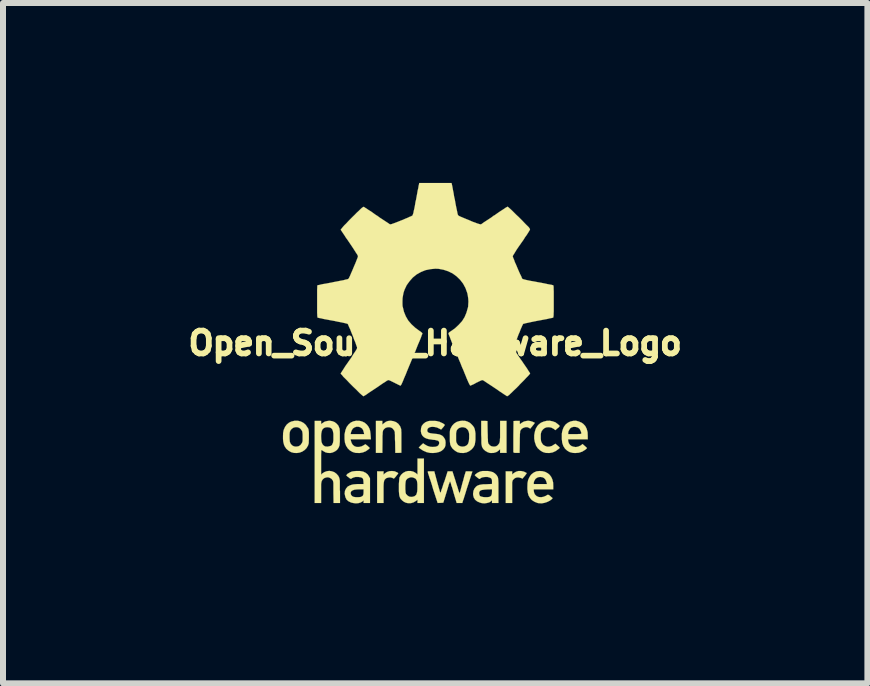
<source format=kicad_pcb>
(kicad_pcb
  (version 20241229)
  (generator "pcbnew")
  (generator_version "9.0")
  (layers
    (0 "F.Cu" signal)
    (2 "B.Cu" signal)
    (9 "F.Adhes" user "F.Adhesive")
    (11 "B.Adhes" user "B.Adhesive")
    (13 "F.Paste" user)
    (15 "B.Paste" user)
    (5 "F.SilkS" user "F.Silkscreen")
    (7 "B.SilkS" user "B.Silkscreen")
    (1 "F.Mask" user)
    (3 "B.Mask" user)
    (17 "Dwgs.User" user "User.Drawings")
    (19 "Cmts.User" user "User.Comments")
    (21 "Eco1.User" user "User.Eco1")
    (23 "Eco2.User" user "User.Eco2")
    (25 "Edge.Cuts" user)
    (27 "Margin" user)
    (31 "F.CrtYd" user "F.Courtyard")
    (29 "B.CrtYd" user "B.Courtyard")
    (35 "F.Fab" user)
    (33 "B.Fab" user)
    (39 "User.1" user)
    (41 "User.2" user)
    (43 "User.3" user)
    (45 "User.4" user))
  (footprint "Open_Source_Hardware_Logo"
    (layer "F.Cu")
    (at 4.205 2.671)
    (property "Reference" "Open_Source_Hardware_Logo" (at 0 0 0) (layer "F.SilkS") (effects (font (size 0.381 0.381) (thickness 0.127))))
    (attr through_hole)
    (fp_poly (pts (xy 1.524 2.167) (xy 1.521 2.177) (xy 1.511 2.189) (xy 1.496 2.21) (xy 1.478 2.23) (xy 1.466 2.245) (xy 1.458 2.256) (xy 1.45 2.256) (xy 1.438 2.25) (xy 1.433 2.248) (xy 1.397 2.238) (xy 1.361 2.238) (xy 1.328 2.25) (xy 1.303 2.273) (xy 1.295 2.283) (xy 1.29 2.291) (xy 1.288 2.301) (xy 1.285 2.311) (xy 1.283 2.327) (xy 1.283 2.349) (xy 1.283 2.38) (xy 1.283 2.418) (xy 1.283 2.469) (xy 1.283 2.484) (xy 1.283 2.664) (xy 1.229 2.664) (xy 1.176 2.664) (xy 1.176 2.4) (xy 1.176 2.136) (xy 1.229 2.136) (xy 1.283 2.136) (xy 1.283 2.164) (xy 1.283 2.189) (xy 1.308 2.167) (xy 1.346 2.144) (xy 1.387 2.131) (xy 1.433 2.131) (xy 1.478 2.141) (xy 1.521 2.162) (xy 1.524 2.167)) (stroke (width 0.003) (type solid)) (fill yes) (layer "F.SilkS"))
    (fp_poly (pts (xy -0.617 2.167) (xy -0.62 2.177) (xy -0.63 2.189) (xy -0.648 2.212) (xy -0.665 2.233) (xy -0.678 2.248) (xy -0.688 2.256) (xy -0.691 2.256) (xy -0.701 2.253) (xy -0.714 2.245) (xy -0.742 2.238) (xy -0.772 2.238) (xy -0.8 2.245) (xy -0.815 2.25) (xy -0.828 2.261) (xy -0.838 2.271) (xy -0.846 2.281) (xy -0.851 2.296) (xy -0.856 2.316) (xy -0.859 2.344) (xy -0.861 2.38) (xy -0.861 2.426) (xy -0.861 2.482) (xy -0.861 2.489) (xy -0.861 2.664) (xy -0.914 2.664) (xy -0.968 2.664) (xy -0.968 2.4) (xy -0.968 2.136) (xy -0.914 2.136) (xy -0.861 2.136) (xy -0.861 2.164) (xy -0.861 2.192) (xy -0.843 2.174) (xy -0.808 2.149) (xy -0.765 2.134) (xy -0.721 2.131) (xy -0.676 2.136) (xy -0.635 2.154) (xy -0.622 2.162) (xy -0.617 2.167)) (stroke (width 0.003) (type solid)) (fill yes) (layer "F.SilkS"))
    (fp_poly (pts (xy 1.661 1.328) (xy 1.643 1.354) (xy 1.626 1.374) (xy 1.608 1.397) (xy 1.603 1.402) (xy 1.585 1.425) (xy 1.565 1.412) (xy 1.537 1.4) (xy 1.504 1.4) (xy 1.473 1.41) (xy 1.445 1.425) (xy 1.425 1.448) (xy 1.422 1.455) (xy 1.417 1.466) (xy 1.415 1.478) (xy 1.415 1.494) (xy 1.412 1.516) (xy 1.412 1.547) (xy 1.41 1.587) (xy 1.41 1.638) (xy 1.41 1.651) (xy 1.407 1.829) (xy 1.359 1.829) (xy 1.328 1.829) (xy 1.311 1.824) (xy 1.306 1.821) (xy 1.303 1.814) (xy 1.303 1.793) (xy 1.303 1.763) (xy 1.303 1.722) (xy 1.303 1.676) (xy 1.303 1.623) (xy 1.303 1.567) (xy 1.303 1.554) (xy 1.306 1.298) (xy 1.356 1.295) (xy 1.41 1.295) (xy 1.41 1.321) (xy 1.41 1.341) (xy 1.415 1.349) (xy 1.425 1.341) (xy 1.43 1.336) (xy 1.453 1.321) (xy 1.481 1.306) (xy 1.516 1.298) (xy 1.549 1.293) (xy 1.585 1.298) (xy 1.618 1.308) (xy 1.626 1.311) (xy 1.661 1.328)) (stroke (width 0.003) (type solid)) (fill yes) (layer "F.SilkS"))
    (fp_poly (pts (xy 1.189 1.829) (xy 1.135 1.829) (xy 1.082 1.829) (xy 1.082 1.798) (xy 1.082 1.768) (xy 1.057 1.791) (xy 1.019 1.816) (xy 0.975 1.829) (xy 0.93 1.831) (xy 0.909 1.829) (xy 0.871 1.816) (xy 0.836 1.796) (xy 0.808 1.77) (xy 0.803 1.765) (xy 0.795 1.753) (xy 0.787 1.74) (xy 0.78 1.725) (xy 0.777 1.709) (xy 0.772 1.687) (xy 0.77 1.659) (xy 0.77 1.623) (xy 0.77 1.58) (xy 0.767 1.524) (xy 0.767 1.494) (xy 0.767 1.295) (xy 0.82 1.295) (xy 0.871 1.298) (xy 0.874 1.478) (xy 0.876 1.534) (xy 0.876 1.575) (xy 0.879 1.608) (xy 0.879 1.633) (xy 0.881 1.651) (xy 0.884 1.664) (xy 0.886 1.674) (xy 0.892 1.679) (xy 0.912 1.704) (xy 0.942 1.72) (xy 0.98 1.725) (xy 1.013 1.72) (xy 1.036 1.707) (xy 1.057 1.684) (xy 1.067 1.669) (xy 1.072 1.659) (xy 1.074 1.648) (xy 1.077 1.638) (xy 1.079 1.623) (xy 1.079 1.603) (xy 1.082 1.575) (xy 1.082 1.539) (xy 1.082 1.491) (xy 1.082 1.468) (xy 1.082 1.295) (xy 1.135 1.295) (xy 1.189 1.295) (xy 1.189 1.562) (xy 1.189 1.829)) (stroke (width 0.003) (type solid)) (fill yes) (layer "F.SilkS"))
    (fp_poly (pts (xy -0.564 1.826) (xy -0.615 1.829) (xy -0.665 1.829) (xy -0.668 1.654) (xy -0.671 1.6) (xy -0.671 1.56) (xy -0.671 1.527) (xy -0.673 1.504) (xy -0.673 1.486) (xy -0.676 1.473) (xy -0.681 1.463) (xy -0.683 1.453) (xy -0.686 1.453) (xy -0.706 1.425) (xy -0.734 1.407) (xy -0.765 1.4) (xy -0.798 1.402) (xy -0.828 1.412) (xy -0.853 1.433) (xy -0.864 1.448) (xy -0.869 1.455) (xy -0.871 1.466) (xy -0.874 1.478) (xy -0.876 1.494) (xy -0.876 1.516) (xy -0.879 1.547) (xy -0.879 1.585) (xy -0.879 1.636) (xy -0.879 1.651) (xy -0.881 1.829) (xy -0.935 1.829) (xy -0.988 1.829) (xy -0.988 1.562) (xy -0.988 1.295) (xy -0.935 1.295) (xy -0.881 1.295) (xy -0.881 1.326) (xy -0.881 1.356) (xy -0.856 1.336) (xy -0.823 1.311) (xy -0.79 1.298) (xy -0.749 1.293) (xy -0.744 1.293) (xy -0.696 1.3) (xy -0.653 1.316) (xy -0.615 1.344) (xy -0.587 1.382) (xy -0.579 1.397) (xy -0.577 1.407) (xy -0.572 1.417) (xy -0.569 1.427) (xy -0.566 1.443) (xy -0.566 1.463) (xy -0.564 1.488) (xy -0.564 1.521) (xy -0.564 1.565) (xy -0.564 1.618) (xy -0.564 1.628) (xy -0.564 1.826)) (stroke (width 0.003) (type solid)) (fill yes) (layer "F.SilkS"))
    (fp_poly (pts (xy -1.072 1.603) (xy -1.184 1.603) (xy -1.184 1.516) (xy -1.189 1.491) (xy -1.201 1.45) (xy -1.219 1.422) (xy -1.25 1.402) (xy -1.273 1.394) (xy -1.308 1.392) (xy -1.341 1.402) (xy -1.372 1.422) (xy -1.392 1.453) (xy -1.405 1.491) (xy -1.41 1.516) (xy -1.298 1.516) (xy -1.184 1.516) (xy -1.184 1.603) (xy -1.242 1.603) (xy -1.41 1.603) (xy -1.405 1.628) (xy -1.392 1.666) (xy -1.372 1.697) (xy -1.341 1.72) (xy -1.308 1.73) (xy -1.27 1.73) (xy -1.227 1.72) (xy -1.196 1.704) (xy -1.163 1.684) (xy -1.125 1.714) (xy -1.09 1.748) (xy -1.11 1.768) (xy -1.156 1.801) (xy -1.206 1.821) (xy -1.26 1.831) (xy -1.318 1.829) (xy -1.326 1.829) (xy -1.377 1.814) (xy -1.422 1.788) (xy -1.458 1.753) (xy -1.486 1.709) (xy -1.504 1.659) (xy -1.511 1.598) (xy -1.511 1.532) (xy -1.509 1.509) (xy -1.496 1.448) (xy -1.476 1.397) (xy -1.445 1.356) (xy -1.407 1.323) (xy -1.364 1.303) (xy -1.316 1.293) (xy -1.26 1.295) (xy -1.257 1.295) (xy -1.212 1.308) (xy -1.173 1.328) (xy -1.138 1.359) (xy -1.115 1.389) (xy -1.097 1.422) (xy -1.085 1.46) (xy -1.079 1.509) (xy -1.077 1.532) (xy -1.072 1.603)) (stroke (width 0.003) (type solid)) (fill yes) (layer "F.SilkS"))
    (fp_poly (pts (xy 2.075 1.742) (xy 2.073 1.75) (xy 2.06 1.76) (xy 2.057 1.763) (xy 2.009 1.798) (xy 1.958 1.821) (xy 1.902 1.831) (xy 1.847 1.829) (xy 1.844 1.829) (xy 1.793 1.814) (xy 1.748 1.786) (xy 1.709 1.75) (xy 1.679 1.704) (xy 1.679 1.699) (xy 1.661 1.648) (xy 1.651 1.593) (xy 1.651 1.534) (xy 1.661 1.478) (xy 1.676 1.427) (xy 1.702 1.382) (xy 1.722 1.359) (xy 1.76 1.328) (xy 1.806 1.308) (xy 1.857 1.295) (xy 1.908 1.293) (xy 1.958 1.303) (xy 2.007 1.321) (xy 2.019 1.331) (xy 2.037 1.344) (xy 2.055 1.359) (xy 2.07 1.372) (xy 2.075 1.382) (xy 2.07 1.389) (xy 2.06 1.402) (xy 2.042 1.417) (xy 2.04 1.417) (xy 2.004 1.45) (xy 1.974 1.427) (xy 1.935 1.407) (xy 1.897 1.4) (xy 1.859 1.402) (xy 1.824 1.415) (xy 1.796 1.438) (xy 1.775 1.466) (xy 1.768 1.483) (xy 1.763 1.501) (xy 1.76 1.521) (xy 1.76 1.549) (xy 1.76 1.562) (xy 1.76 1.595) (xy 1.763 1.618) (xy 1.765 1.636) (xy 1.773 1.651) (xy 1.775 1.659) (xy 1.798 1.692) (xy 1.829 1.712) (xy 1.864 1.725) (xy 1.902 1.725) (xy 1.943 1.714) (xy 1.971 1.697) (xy 2.004 1.676) (xy 2.04 1.707) (xy 2.057 1.722) (xy 2.07 1.735) (xy 2.075 1.742)) (stroke (width 0.003) (type solid)) (fill yes) (layer "F.SilkS"))
    (fp_poly (pts (xy 1.968 2.436) (xy 1.864 2.436) (xy 1.864 2.349) (xy 1.859 2.329) (xy 1.849 2.296) (xy 1.834 2.268) (xy 1.814 2.248) (xy 1.788 2.235) (xy 1.755 2.23) (xy 1.722 2.233) (xy 1.697 2.243) (xy 1.671 2.263) (xy 1.654 2.291) (xy 1.643 2.319) (xy 1.643 2.332) (xy 1.643 2.349) (xy 1.753 2.349) (xy 1.864 2.349) (xy 1.864 2.436) (xy 1.806 2.436) (xy 1.643 2.436) (xy 1.643 2.461) (xy 1.648 2.489) (xy 1.661 2.52) (xy 1.684 2.543) (xy 1.692 2.55) (xy 1.727 2.565) (xy 1.768 2.568) (xy 1.808 2.56) (xy 1.849 2.543) (xy 1.852 2.54) (xy 1.867 2.53) (xy 1.88 2.527) (xy 1.892 2.53) (xy 1.908 2.54) (xy 1.928 2.558) (xy 1.933 2.563) (xy 1.958 2.583) (xy 1.943 2.601) (xy 1.91 2.626) (xy 1.867 2.647) (xy 1.821 2.662) (xy 1.773 2.67) (xy 1.725 2.667) (xy 1.707 2.664) (xy 1.656 2.644) (xy 1.613 2.616) (xy 1.61 2.614) (xy 1.58 2.578) (xy 1.557 2.54) (xy 1.544 2.492) (xy 1.537 2.433) (xy 1.537 2.4) (xy 1.539 2.337) (xy 1.549 2.281) (xy 1.57 2.235) (xy 1.595 2.197) (xy 1.61 2.182) (xy 1.648 2.154) (xy 1.692 2.136) (xy 1.74 2.131) (xy 1.788 2.134) (xy 1.834 2.146) (xy 1.877 2.169) (xy 1.905 2.192) (xy 1.933 2.228) (xy 1.953 2.271) (xy 1.966 2.324) (xy 1.968 2.383) (xy 1.968 2.388) (xy 1.968 2.436)) (stroke (width 0.003) (type solid)) (fill yes) (layer "F.SilkS"))
    (fp_poly (pts (xy 2.543 1.603) (xy 2.436 1.603) (xy 2.436 1.501) (xy 2.433 1.483) (xy 2.423 1.458) (xy 2.413 1.438) (xy 2.405 1.427) (xy 2.38 1.407) (xy 2.347 1.397) (xy 2.311 1.394) (xy 2.278 1.402) (xy 2.268 1.407) (xy 2.248 1.422) (xy 2.233 1.448) (xy 2.22 1.473) (xy 2.217 1.496) (xy 2.217 1.516) (xy 2.327 1.516) (xy 2.367 1.516) (xy 2.395 1.514) (xy 2.416 1.514) (xy 2.428 1.511) (xy 2.433 1.509) (xy 2.436 1.506) (xy 2.436 1.501) (xy 2.436 1.603) (xy 2.38 1.603) (xy 2.215 1.603) (xy 2.217 1.633) (xy 2.228 1.669) (xy 2.248 1.697) (xy 2.276 1.717) (xy 2.309 1.727) (xy 2.344 1.732) (xy 2.383 1.725) (xy 2.418 1.709) (xy 2.431 1.702) (xy 2.456 1.681) (xy 2.494 1.714) (xy 2.512 1.73) (xy 2.525 1.742) (xy 2.53 1.75) (xy 2.525 1.755) (xy 2.512 1.768) (xy 2.499 1.778) (xy 2.451 1.808) (xy 2.395 1.826) (xy 2.337 1.831) (xy 2.296 1.829) (xy 2.243 1.816) (xy 2.2 1.791) (xy 2.164 1.758) (xy 2.136 1.714) (xy 2.118 1.661) (xy 2.111 1.598) (xy 2.111 1.565) (xy 2.111 1.511) (xy 2.118 1.468) (xy 2.131 1.427) (xy 2.146 1.394) (xy 2.174 1.356) (xy 2.212 1.326) (xy 2.253 1.306) (xy 2.301 1.295) (xy 2.347 1.293) (xy 2.395 1.306) (xy 2.441 1.326) (xy 2.469 1.346) (xy 2.502 1.382) (xy 2.525 1.427) (xy 2.54 1.483) (xy 2.543 1.547) (xy 2.543 1.603)) (stroke (width 0.003) (type solid)) (fill yes) (layer "F.SilkS"))
    (fp_poly (pts (xy -2.106 1.562) (xy -2.106 1.605) (xy -2.108 1.636) (xy -2.108 1.661) (xy -2.111 1.679) (xy -2.116 1.692) (xy -2.118 1.702) (xy -2.144 1.748) (xy -2.179 1.783) (xy -2.21 1.803) (xy -2.21 1.562) (xy -2.21 1.524) (xy -2.212 1.499) (xy -2.215 1.478) (xy -2.22 1.46) (xy -2.223 1.458) (xy -2.243 1.43) (xy -2.268 1.41) (xy -2.299 1.4) (xy -2.329 1.4) (xy -2.36 1.407) (xy -2.388 1.425) (xy -2.41 1.448) (xy -2.423 1.478) (xy -2.428 1.506) (xy -2.428 1.544) (xy -2.428 1.582) (xy -2.426 1.618) (xy -2.423 1.646) (xy -2.408 1.679) (xy -2.385 1.704) (xy -2.355 1.72) (xy -2.322 1.725) (xy -2.283 1.72) (xy -2.261 1.709) (xy -2.245 1.697) (xy -2.23 1.676) (xy -2.225 1.669) (xy -2.217 1.654) (xy -2.212 1.638) (xy -2.21 1.621) (xy -2.21 1.593) (xy -2.21 1.562) (xy -2.21 1.803) (xy -2.217 1.808) (xy -2.261 1.824) (xy -2.306 1.831) (xy -2.355 1.829) (xy -2.403 1.816) (xy -2.446 1.791) (xy -2.484 1.758) (xy -2.512 1.714) (xy -2.522 1.687) (xy -2.532 1.646) (xy -2.537 1.598) (xy -2.537 1.547) (xy -2.535 1.496) (xy -2.527 1.453) (xy -2.522 1.438) (xy -2.502 1.394) (xy -2.474 1.356) (xy -2.438 1.326) (xy -2.398 1.306) (xy -2.395 1.306) (xy -2.342 1.293) (xy -2.291 1.293) (xy -2.24 1.306) (xy -2.197 1.328) (xy -2.159 1.361) (xy -2.129 1.405) (xy -2.118 1.422) (xy -2.113 1.435) (xy -2.111 1.45) (xy -2.108 1.468) (xy -2.106 1.494) (xy -2.106 1.527) (xy -2.106 1.562)) (stroke (width 0.003) (type solid)) (fill yes) (layer "F.SilkS"))
    (fp_poly (pts (xy 0.671 1.562) (xy 0.671 1.613) (xy 0.665 1.656) (xy 0.66 1.689) (xy 0.648 1.717) (xy 0.632 1.742) (xy 0.612 1.765) (xy 0.607 1.77) (xy 0.566 1.801) (xy 0.566 1.56) (xy 0.566 1.516) (xy 0.561 1.483) (xy 0.551 1.458) (xy 0.536 1.435) (xy 0.533 1.433) (xy 0.508 1.412) (xy 0.475 1.402) (xy 0.442 1.4) (xy 0.409 1.41) (xy 0.389 1.42) (xy 0.373 1.435) (xy 0.361 1.45) (xy 0.353 1.473) (xy 0.348 1.504) (xy 0.348 1.542) (xy 0.348 1.562) (xy 0.348 1.6) (xy 0.348 1.626) (xy 0.351 1.646) (xy 0.356 1.659) (xy 0.361 1.669) (xy 0.381 1.699) (xy 0.411 1.717) (xy 0.447 1.725) (xy 0.485 1.722) (xy 0.505 1.714) (xy 0.531 1.699) (xy 0.549 1.674) (xy 0.561 1.636) (xy 0.566 1.587) (xy 0.566 1.56) (xy 0.566 1.801) (xy 0.523 1.821) (xy 0.472 1.831) (xy 0.417 1.829) (xy 0.368 1.816) (xy 0.328 1.791) (xy 0.29 1.758) (xy 0.262 1.717) (xy 0.257 1.702) (xy 0.251 1.689) (xy 0.249 1.671) (xy 0.246 1.651) (xy 0.244 1.623) (xy 0.244 1.587) (xy 0.244 1.562) (xy 0.244 1.519) (xy 0.244 1.486) (xy 0.246 1.463) (xy 0.249 1.443) (xy 0.254 1.43) (xy 0.257 1.422) (xy 0.282 1.377) (xy 0.315 1.341) (xy 0.358 1.313) (xy 0.406 1.298) (xy 0.45 1.293) (xy 0.5 1.295) (xy 0.541 1.308) (xy 0.579 1.328) (xy 0.607 1.354) (xy 0.63 1.379) (xy 0.648 1.405) (xy 0.658 1.43) (xy 0.665 1.463) (xy 0.671 1.504) (xy 0.671 1.554) (xy 0.671 1.562)) (stroke (width 0.003) (type solid)) (fill yes) (layer "F.SilkS"))
    (fp_poly (pts (xy -0.188 2.664) (xy -0.241 2.664) (xy -0.295 2.664) (xy -0.295 2.637) (xy -0.295 2.609) (xy -0.297 2.611) (xy -0.297 2.398) (xy -0.297 2.352) (xy -0.3 2.319) (xy -0.305 2.294) (xy -0.315 2.276) (xy -0.325 2.261) (xy -0.343 2.25) (xy -0.373 2.238) (xy -0.406 2.235) (xy -0.439 2.245) (xy -0.467 2.261) (xy -0.485 2.283) (xy -0.49 2.296) (xy -0.493 2.309) (xy -0.495 2.329) (xy -0.498 2.357) (xy -0.498 2.395) (xy -0.498 2.4) (xy -0.498 2.438) (xy -0.495 2.466) (xy -0.495 2.487) (xy -0.49 2.499) (xy -0.488 2.512) (xy -0.483 2.517) (xy -0.462 2.54) (xy -0.432 2.558) (xy -0.399 2.563) (xy -0.396 2.563) (xy -0.373 2.56) (xy -0.351 2.553) (xy -0.348 2.553) (xy -0.33 2.54) (xy -0.315 2.525) (xy -0.307 2.502) (xy -0.3 2.474) (xy -0.297 2.436) (xy -0.297 2.398) (xy -0.297 2.611) (xy -0.32 2.629) (xy -0.361 2.654) (xy -0.406 2.667) (xy -0.455 2.667) (xy -0.49 2.659) (xy -0.521 2.644) (xy -0.551 2.621) (xy -0.577 2.593) (xy -0.592 2.563) (xy -0.594 2.555) (xy -0.599 2.535) (xy -0.602 2.507) (xy -0.605 2.469) (xy -0.605 2.428) (xy -0.605 2.385) (xy -0.605 2.342) (xy -0.602 2.304) (xy -0.599 2.271) (xy -0.597 2.248) (xy -0.594 2.235) (xy -0.569 2.195) (xy -0.536 2.164) (xy -0.495 2.141) (xy -0.455 2.131) (xy -0.409 2.131) (xy -0.366 2.141) (xy -0.325 2.164) (xy -0.315 2.172) (xy -0.295 2.189) (xy -0.295 2.057) (xy -0.295 1.923) (xy -0.241 1.923) (xy -0.188 1.923) (xy -0.188 2.294) (xy -0.188 2.664)) (stroke (width 0.003) (type solid)) (fill yes) (layer "F.SilkS"))
    (fp_poly (pts (xy -1.087 2.664) (xy -1.14 2.664) (xy -1.194 2.664) (xy -1.194 2.642) (xy -1.194 2.621) (xy -1.194 2.482) (xy -1.194 2.436) (xy -1.257 2.436) (xy -1.308 2.438) (xy -1.349 2.443) (xy -1.377 2.454) (xy -1.397 2.466) (xy -1.407 2.484) (xy -1.41 2.504) (xy -1.402 2.53) (xy -1.384 2.55) (xy -1.359 2.563) (xy -1.354 2.563) (xy -1.321 2.568) (xy -1.285 2.568) (xy -1.252 2.565) (xy -1.24 2.563) (xy -1.219 2.553) (xy -1.204 2.54) (xy -1.196 2.517) (xy -1.194 2.487) (xy -1.194 2.482) (xy -1.194 2.621) (xy -1.214 2.639) (xy -1.245 2.657) (xy -1.283 2.667) (xy -1.326 2.67) (xy -1.369 2.664) (xy -1.4 2.657) (xy -1.443 2.637) (xy -1.476 2.609) (xy -1.496 2.57) (xy -1.506 2.527) (xy -1.509 2.507) (xy -1.504 2.461) (xy -1.486 2.423) (xy -1.458 2.39) (xy -1.42 2.37) (xy -1.389 2.36) (xy -1.367 2.355) (xy -1.336 2.352) (xy -1.3 2.349) (xy -1.273 2.349) (xy -1.194 2.349) (xy -1.196 2.306) (xy -1.199 2.276) (xy -1.206 2.256) (xy -1.222 2.243) (xy -1.245 2.235) (xy -1.28 2.23) (xy -1.288 2.23) (xy -1.328 2.23) (xy -1.359 2.238) (xy -1.387 2.25) (xy -1.397 2.258) (xy -1.405 2.261) (xy -1.415 2.258) (xy -1.43 2.248) (xy -1.445 2.235) (xy -1.463 2.223) (xy -1.476 2.21) (xy -1.481 2.205) (xy -1.481 2.202) (xy -1.476 2.195) (xy -1.463 2.179) (xy -1.443 2.167) (xy -1.42 2.154) (xy -1.412 2.149) (xy -1.384 2.139) (xy -1.351 2.134) (xy -1.318 2.131) (xy -1.255 2.131) (xy -1.201 2.141) (xy -1.158 2.162) (xy -1.125 2.189) (xy -1.105 2.22) (xy -1.087 2.253) (xy -1.087 2.459) (xy -1.087 2.664)) (stroke (width 0.003) (type solid)) (fill yes) (layer "F.SilkS"))
    (fp_poly (pts (xy 0.173 1.666) (xy 0.17 1.707) (xy 0.16 1.737) (xy 0.137 1.768) (xy 0.135 1.77) (xy 0.104 1.796) (xy 0.064 1.814) (xy 0.015 1.826) (xy -0.036 1.831) (xy -0.086 1.829) (xy -0.145 1.816) (xy -0.198 1.793) (xy -0.244 1.763) (xy -0.251 1.758) (xy -0.274 1.74) (xy -0.239 1.704) (xy -0.201 1.669) (xy -0.168 1.692) (xy -0.127 1.714) (xy -0.084 1.727) (xy -0.041 1.73) (xy 0.003 1.727) (xy 0.036 1.717) (xy 0.056 1.699) (xy 0.066 1.676) (xy 0.066 1.666) (xy 0.066 1.648) (xy 0.058 1.636) (xy 0.048 1.626) (xy 0.028 1.621) (xy -0.003 1.613) (xy -0.043 1.61) (xy -0.048 1.608) (xy -0.107 1.6) (xy -0.152 1.587) (xy -0.188 1.567) (xy -0.213 1.542) (xy -0.231 1.509) (xy -0.239 1.468) (xy -0.239 1.466) (xy -0.236 1.42) (xy -0.224 1.379) (xy -0.198 1.346) (xy -0.163 1.318) (xy -0.117 1.3) (xy -0.089 1.295) (xy -0.053 1.295) (xy -0.013 1.295) (xy 0.023 1.298) (xy 0.053 1.306) (xy 0.074 1.311) (xy 0.097 1.323) (xy 0.122 1.333) (xy 0.142 1.346) (xy 0.155 1.356) (xy 0.16 1.364) (xy 0.155 1.372) (xy 0.145 1.387) (xy 0.13 1.405) (xy 0.099 1.44) (xy 0.064 1.422) (xy 0.028 1.405) (xy -0.01 1.397) (xy -0.046 1.394) (xy -0.076 1.397) (xy -0.104 1.407) (xy -0.122 1.422) (xy -0.132 1.443) (xy -0.132 1.455) (xy -0.13 1.471) (xy -0.119 1.486) (xy -0.104 1.494) (xy -0.081 1.501) (xy -0.046 1.506) (xy -0.018 1.509) (xy 0.03 1.514) (xy 0.069 1.521) (xy 0.097 1.532) (xy 0.119 1.544) (xy 0.137 1.562) (xy 0.155 1.587) (xy 0.168 1.615) (xy 0.173 1.651) (xy 0.173 1.666)) (stroke (width 0.003) (type solid)) (fill yes) (layer "F.SilkS"))
    (fp_poly (pts (xy 0.62 2.139) (xy 0.546 2.367) (xy 0.528 2.421) (xy 0.513 2.471) (xy 0.498 2.52) (xy 0.485 2.56) (xy 0.475 2.593) (xy 0.467 2.616) (xy 0.462 2.629) (xy 0.452 2.664) (xy 0.406 2.664) (xy 0.358 2.664) (xy 0.307 2.494) (xy 0.295 2.449) (xy 0.282 2.405) (xy 0.269 2.37) (xy 0.262 2.339) (xy 0.254 2.319) (xy 0.251 2.309) (xy 0.249 2.306) (xy 0.246 2.309) (xy 0.241 2.316) (xy 0.236 2.332) (xy 0.226 2.357) (xy 0.216 2.393) (xy 0.203 2.436) (xy 0.191 2.477) (xy 0.135 2.659) (xy 0.089 2.662) (xy 0.041 2.664) (xy -0.008 2.515) (xy -0.036 2.428) (xy -0.058 2.352) (xy -0.079 2.286) (xy -0.097 2.235) (xy -0.109 2.195) (xy -0.119 2.167) (xy -0.122 2.151) (xy -0.124 2.144) (xy -0.122 2.139) (xy -0.114 2.136) (xy -0.097 2.136) (xy -0.071 2.136) (xy -0.015 2.136) (xy 0.033 2.316) (xy 0.046 2.362) (xy 0.058 2.405) (xy 0.069 2.441) (xy 0.076 2.469) (xy 0.084 2.489) (xy 0.086 2.497) (xy 0.089 2.489) (xy 0.097 2.474) (xy 0.104 2.446) (xy 0.117 2.413) (xy 0.13 2.37) (xy 0.145 2.324) (xy 0.15 2.316) (xy 0.208 2.136) (xy 0.246 2.136) (xy 0.287 2.136) (xy 0.338 2.294) (xy 0.351 2.339) (xy 0.366 2.383) (xy 0.378 2.421) (xy 0.386 2.451) (xy 0.394 2.471) (xy 0.396 2.479) (xy 0.406 2.507) (xy 0.417 2.469) (xy 0.422 2.454) (xy 0.429 2.426) (xy 0.439 2.39) (xy 0.45 2.347) (xy 0.462 2.304) (xy 0.467 2.289) (xy 0.478 2.245) (xy 0.488 2.207) (xy 0.498 2.177) (xy 0.505 2.154) (xy 0.508 2.141) (xy 0.511 2.139) (xy 0.518 2.136) (xy 0.533 2.136) (xy 0.559 2.136) (xy 0.566 2.136) (xy 0.62 2.139)) (stroke (width 0.003) (type solid)) (fill yes) (layer "F.SilkS"))
    (fp_poly (pts (xy 1.054 2.664) (xy 1.001 2.664) (xy 0.947 2.664) (xy 0.947 2.642) (xy 0.947 2.619) (xy 0.947 2.471) (xy 0.947 2.436) (xy 0.866 2.438) (xy 0.82 2.441) (xy 0.787 2.446) (xy 0.765 2.451) (xy 0.749 2.461) (xy 0.739 2.474) (xy 0.734 2.484) (xy 0.732 2.504) (xy 0.737 2.525) (xy 0.737 2.527) (xy 0.744 2.543) (xy 0.749 2.55) (xy 0.757 2.553) (xy 0.77 2.558) (xy 0.777 2.56) (xy 0.8 2.565) (xy 0.831 2.568) (xy 0.861 2.568) (xy 0.889 2.565) (xy 0.912 2.56) (xy 0.919 2.555) (xy 0.935 2.54) (xy 0.945 2.512) (xy 0.947 2.471) (xy 0.947 2.619) (xy 0.927 2.637) (xy 0.902 2.654) (xy 0.864 2.664) (xy 0.823 2.67) (xy 0.78 2.667) (xy 0.744 2.657) (xy 0.699 2.637) (xy 0.665 2.609) (xy 0.643 2.573) (xy 0.632 2.53) (xy 0.632 2.507) (xy 0.638 2.461) (xy 0.655 2.423) (xy 0.678 2.395) (xy 0.696 2.38) (xy 0.716 2.37) (xy 0.739 2.362) (xy 0.767 2.357) (xy 0.805 2.352) (xy 0.848 2.352) (xy 0.947 2.347) (xy 0.947 2.311) (xy 0.947 2.289) (xy 0.942 2.268) (xy 0.94 2.263) (xy 0.925 2.248) (xy 0.902 2.238) (xy 0.871 2.23) (xy 0.838 2.23) (xy 0.805 2.233) (xy 0.777 2.24) (xy 0.754 2.253) (xy 0.749 2.258) (xy 0.744 2.263) (xy 0.737 2.263) (xy 0.724 2.256) (xy 0.706 2.243) (xy 0.701 2.238) (xy 0.681 2.223) (xy 0.668 2.21) (xy 0.66 2.202) (xy 0.665 2.192) (xy 0.681 2.179) (xy 0.701 2.164) (xy 0.724 2.151) (xy 0.747 2.141) (xy 0.754 2.139) (xy 0.79 2.131) (xy 0.833 2.131) (xy 0.879 2.131) (xy 0.922 2.139) (xy 0.958 2.149) (xy 0.96 2.149) (xy 0.996 2.172) (xy 1.024 2.2) (xy 1.044 2.233) (xy 1.046 2.243) (xy 1.049 2.258) (xy 1.052 2.289) (xy 1.054 2.332) (xy 1.054 2.388) (xy 1.054 2.456) (xy 1.054 2.466) (xy 1.054 2.664)) (stroke (width 0.003) (type solid)) (fill yes) (layer "F.SilkS"))
    (fp_poly (pts (xy -1.587 2.664) (xy -1.643 2.664) (xy -1.694 2.664) (xy -1.697 2.489) (xy -1.697 2.433) (xy -1.697 2.393) (xy -1.697 2.36) (xy -1.697 2.334) (xy -1.699 2.316) (xy -1.702 2.304) (xy -1.704 2.294) (xy -1.707 2.289) (xy -1.727 2.263) (xy -1.755 2.245) (xy -1.786 2.235) (xy -1.816 2.238) (xy -1.847 2.248) (xy -1.872 2.268) (xy -1.887 2.289) (xy -1.892 2.299) (xy -1.895 2.309) (xy -1.897 2.319) (xy -1.9 2.334) (xy -1.902 2.357) (xy -1.902 2.385) (xy -1.902 2.421) (xy -1.902 2.469) (xy -1.902 2.492) (xy -1.902 2.664) (xy -1.956 2.664) (xy -2.009 2.664) (xy -2.009 1.979) (xy -2.009 1.295) (xy -1.956 1.295) (xy -1.902 1.295) (xy -1.902 1.323) (xy -1.902 1.349) (xy -1.88 1.333) (xy -1.841 1.308) (xy -1.801 1.298) (xy -1.763 1.293) (xy -1.717 1.3) (xy -1.676 1.316) (xy -1.641 1.344) (xy -1.613 1.377) (xy -1.598 1.417) (xy -1.595 1.422) (xy -1.593 1.445) (xy -1.59 1.476) (xy -1.59 1.516) (xy -1.59 1.557) (xy -1.59 1.6) (xy -1.59 1.641) (xy -1.593 1.674) (xy -1.595 1.699) (xy -1.595 1.702) (xy -1.61 1.742) (xy -1.636 1.778) (xy -1.669 1.803) (xy -1.697 1.816) (xy -1.697 1.57) (xy -1.697 1.562) (xy -1.697 1.509) (xy -1.704 1.471) (xy -1.714 1.44) (xy -1.73 1.42) (xy -1.753 1.407) (xy -1.781 1.402) (xy -1.801 1.4) (xy -1.834 1.405) (xy -1.859 1.417) (xy -1.88 1.438) (xy -1.892 1.468) (xy -1.9 1.511) (xy -1.902 1.547) (xy -1.9 1.603) (xy -1.895 1.648) (xy -1.88 1.684) (xy -1.859 1.707) (xy -1.834 1.722) (xy -1.829 1.722) (xy -1.793 1.725) (xy -1.758 1.717) (xy -1.74 1.712) (xy -1.722 1.699) (xy -1.712 1.679) (xy -1.702 1.654) (xy -1.697 1.618) (xy -1.697 1.57) (xy -1.697 1.816) (xy -1.707 1.821) (xy -1.748 1.831) (xy -1.791 1.829) (xy -1.831 1.819) (xy -1.867 1.798) (xy -1.882 1.788) (xy -1.892 1.781) (xy -1.895 1.781) (xy -1.897 1.781) (xy -1.897 1.788) (xy -1.9 1.803) (xy -1.9 1.826) (xy -1.902 1.859) (xy -1.902 1.902) (xy -1.902 1.956) (xy -1.902 1.984) (xy -1.902 2.192) (xy -1.885 2.174) (xy -1.847 2.149) (xy -1.806 2.134) (xy -1.765 2.129) (xy -1.722 2.136) (xy -1.681 2.151) (xy -1.646 2.177) (xy -1.615 2.212) (xy -1.605 2.233) (xy -1.6 2.243) (xy -1.598 2.253) (xy -1.595 2.263) (xy -1.593 2.276) (xy -1.59 2.296) (xy -1.59 2.319) (xy -1.59 2.352) (xy -1.59 2.395) (xy -1.59 2.449) (xy -1.587 2.464) (xy -1.587 2.664)) (stroke (width 0.003) (type solid)) (fill yes) (layer "F.SilkS"))
    (fp_poly (pts (xy 1.976 -0.699) (xy 1.976 -0.63) (xy 1.976 -0.574) (xy 1.976 -0.531) (xy 1.974 -0.495) (xy 1.974 -0.467) (xy 1.971 -0.45) (xy 1.971 -0.437) (xy 1.968 -0.429) (xy 1.966 -0.427) (xy 1.958 -0.424) (xy 1.938 -0.419) (xy 1.908 -0.414) (xy 1.869 -0.404) (xy 1.824 -0.396) (xy 1.773 -0.386) (xy 1.717 -0.376) (xy 1.651 -0.363) (xy 1.593 -0.351) (xy 1.544 -0.34) (xy 1.509 -0.333) (xy 1.481 -0.325) (xy 1.468 -0.323) (xy 1.466 -0.32) (xy 1.46 -0.31) (xy 1.45 -0.29) (xy 1.438 -0.262) (xy 1.422 -0.226) (xy 1.407 -0.185) (xy 1.389 -0.145) (xy 1.372 -0.099) (xy 1.356 -0.056) (xy 1.341 -0.015) (xy 1.326 0.02) (xy 1.316 0.048) (xy 1.311 0.069) (xy 1.308 0.079) (xy 1.311 0.089) (xy 1.321 0.104) (xy 1.336 0.13) (xy 1.356 0.165) (xy 1.384 0.208) (xy 1.42 0.262) (xy 1.445 0.297) (xy 1.476 0.343) (xy 1.506 0.386) (xy 1.532 0.424) (xy 1.552 0.457) (xy 1.57 0.483) (xy 1.58 0.5) (xy 1.582 0.508) (xy 1.577 0.513) (xy 1.565 0.528) (xy 1.544 0.551) (xy 1.516 0.579) (xy 1.483 0.615) (xy 1.448 0.65) (xy 1.407 0.691) (xy 1.397 0.704) (xy 1.349 0.752) (xy 1.308 0.79) (xy 1.275 0.823) (xy 1.25 0.846) (xy 1.232 0.864) (xy 1.217 0.874) (xy 1.206 0.881) (xy 1.201 0.884) (xy 1.199 0.884) (xy 1.189 0.879) (xy 1.171 0.866) (xy 1.146 0.851) (xy 1.113 0.828) (xy 1.074 0.803) (xy 1.031 0.772) (xy 0.993 0.747) (xy 0.947 0.716) (xy 0.904 0.688) (xy 0.866 0.663) (xy 0.836 0.643) (xy 0.81 0.625) (xy 0.792 0.617) (xy 0.787 0.615) (xy 0.777 0.617) (xy 0.757 0.625) (xy 0.729 0.638) (xy 0.699 0.653) (xy 0.683 0.66) (xy 0.653 0.678) (xy 0.625 0.691) (xy 0.602 0.701) (xy 0.589 0.706) (xy 0.587 0.709) (xy 0.579 0.701) (xy 0.569 0.683) (xy 0.554 0.653) (xy 0.536 0.612) (xy 0.523 0.582) (xy 0.511 0.551) (xy 0.493 0.508) (xy 0.472 0.455) (xy 0.447 0.399) (xy 0.422 0.335) (xy 0.394 0.269) (xy 0.368 0.203) (xy 0.345 0.152) (xy 0.32 0.094) (xy 0.297 0.036) (xy 0.277 -0.015) (xy 0.259 -0.061) (xy 0.244 -0.102) (xy 0.231 -0.132) (xy 0.224 -0.152) (xy 0.221 -0.163) (xy 0.226 -0.173) (xy 0.239 -0.185) (xy 0.249 -0.191) (xy 0.328 -0.246) (xy 0.391 -0.305) (xy 0.447 -0.366) (xy 0.49 -0.434) (xy 0.521 -0.508) (xy 0.544 -0.589) (xy 0.549 -0.607) (xy 0.551 -0.645) (xy 0.554 -0.691) (xy 0.551 -0.742) (xy 0.544 -0.792) (xy 0.536 -0.833) (xy 0.533 -0.841) (xy 0.505 -0.919) (xy 0.465 -0.993) (xy 0.414 -1.059) (xy 0.356 -1.115) (xy 0.29 -1.163) (xy 0.216 -1.199) (xy 0.14 -1.224) (xy 0.056 -1.24) (xy 0.003 -1.242) (xy -0.081 -1.234) (xy -0.163 -1.217) (xy -0.239 -1.186) (xy -0.31 -1.146) (xy -0.373 -1.095) (xy -0.427 -1.034) (xy -0.475 -0.968) (xy -0.511 -0.892) (xy -0.528 -0.841) (xy -0.536 -0.8) (xy -0.544 -0.752) (xy -0.546 -0.701) (xy -0.546 -0.653) (xy -0.544 -0.612) (xy -0.541 -0.607) (xy -0.521 -0.523) (xy -0.49 -0.447) (xy -0.45 -0.378) (xy -0.396 -0.315) (xy -0.333 -0.257) (xy -0.257 -0.201) (xy -0.241 -0.191) (xy -0.226 -0.178) (xy -0.216 -0.168) (xy -0.213 -0.163) (xy -0.216 -0.152) (xy -0.224 -0.135) (xy -0.234 -0.104) (xy -0.249 -0.066) (xy -0.267 -0.023) (xy -0.29 0.03) (xy -0.312 0.086) (xy -0.335 0.145) (xy -0.34 0.152) (xy -0.366 0.218) (xy -0.394 0.284) (xy -0.422 0.351) (xy -0.447 0.411) (xy -0.47 0.467) (xy -0.49 0.518) (xy -0.508 0.559) (xy -0.518 0.582) (xy -0.538 0.632) (xy -0.554 0.668) (xy -0.566 0.693) (xy -0.577 0.706) (xy -0.579 0.709) (xy -0.589 0.704) (xy -0.607 0.696) (xy -0.632 0.683) (xy -0.663 0.668) (xy -0.678 0.66) (xy -0.709 0.645) (xy -0.739 0.63) (xy -0.762 0.62) (xy -0.777 0.615) (xy -0.78 0.615) (xy -0.787 0.617) (xy -0.808 0.627) (xy -0.833 0.645) (xy -0.866 0.665) (xy -0.904 0.691) (xy -0.947 0.721) (xy -0.986 0.747) (xy -1.031 0.777) (xy -1.074 0.805) (xy -1.113 0.831) (xy -1.143 0.853) (xy -1.168 0.869) (xy -1.186 0.879) (xy -1.191 0.884) (xy -1.196 0.884) (xy -1.204 0.879) (xy -1.217 0.869) (xy -1.232 0.856) (xy -1.255 0.836) (xy -1.283 0.808) (xy -1.318 0.772) (xy -1.364 0.729) (xy -1.389 0.704) (xy -1.43 0.663) (xy -1.468 0.622) (xy -1.501 0.589) (xy -1.532 0.559) (xy -1.552 0.533) (xy -1.567 0.518) (xy -1.575 0.508) (xy -1.572 0.498) (xy -1.562 0.483) (xy -1.544 0.455) (xy -1.524 0.424) (xy -1.499 0.384) (xy -1.468 0.34) (xy -1.438 0.297) (xy -1.397 0.239) (xy -1.367 0.188) (xy -1.341 0.15) (xy -1.321 0.119) (xy -1.308 0.097) (xy -1.303 0.084) (xy -1.3 0.079) (xy -1.303 0.069) (xy -1.311 0.046) (xy -1.321 0.018) (xy -1.333 -0.018) (xy -1.351 -0.058) (xy -1.367 -0.104) (xy -1.384 -0.147) (xy -1.402 -0.191) (xy -1.417 -0.231) (xy -1.433 -0.264) (xy -1.445 -0.292) (xy -1.453 -0.312) (xy -1.458 -0.32) (xy -1.468 -0.325) (xy -1.488 -0.33) (xy -1.521 -0.338) (xy -1.567 -0.348) (xy -1.621 -0.358) (xy -1.681 -0.371) (xy -1.709 -0.376) (xy -1.765 -0.386) (xy -1.816 -0.396) (xy -1.862 -0.404) (xy -1.9 -0.414) (xy -1.93 -0.419) (xy -1.951 -0.424) (xy -1.961 -0.427) (xy -1.963 -0.432) (xy -1.963 -0.439) (xy -1.966 -0.455) (xy -1.966 -0.475) (xy -1.968 -0.503) (xy -1.968 -0.538) (xy -1.968 -0.587) (xy -1.968 -0.645) (xy -1.968 -0.699) (xy -1.968 -0.775) (xy -1.968 -0.838) (xy -1.968 -0.889) (xy -1.966 -0.925) (xy -1.966 -0.95) (xy -1.963 -0.963) (xy -1.963 -0.965) (xy -1.953 -0.968) (xy -1.935 -0.97) (xy -1.905 -0.978) (xy -1.867 -0.986) (xy -1.821 -0.993) (xy -1.77 -1.003) (xy -1.714 -1.013) (xy -1.707 -1.016) (xy -1.636 -1.029) (xy -1.577 -1.041) (xy -1.532 -1.049) (xy -1.496 -1.059) (xy -1.471 -1.064) (xy -1.453 -1.069) (xy -1.448 -1.074) (xy -1.44 -1.082) (xy -1.43 -1.102) (xy -1.417 -1.13) (xy -1.402 -1.166) (xy -1.384 -1.206) (xy -1.367 -1.247) (xy -1.349 -1.29) (xy -1.331 -1.331) (xy -1.316 -1.369) (xy -1.303 -1.402) (xy -1.293 -1.427) (xy -1.288 -1.445) (xy -1.288 -1.448) (xy -1.29 -1.458) (xy -1.3 -1.478) (xy -1.321 -1.509) (xy -1.346 -1.549) (xy -1.379 -1.6) (xy -1.42 -1.661) (xy -1.427 -1.671) (xy -1.46 -1.72) (xy -1.491 -1.763) (xy -1.516 -1.803) (xy -1.539 -1.836) (xy -1.557 -1.864) (xy -1.57 -1.882) (xy -1.575 -1.892) (xy -1.57 -1.9) (xy -1.557 -1.915) (xy -1.539 -1.938) (xy -1.514 -1.966) (xy -1.483 -1.996) (xy -1.45 -2.032) (xy -1.415 -2.068) (xy -1.377 -2.106) (xy -1.341 -2.141) (xy -1.306 -2.177) (xy -1.273 -2.207) (xy -1.245 -2.235) (xy -1.222 -2.256) (xy -1.204 -2.268) (xy -1.194 -2.273) (xy -1.186 -2.271) (xy -1.168 -2.258) (xy -1.143 -2.243) (xy -1.11 -2.22) (xy -1.069 -2.195) (xy -1.026 -2.164) (xy -0.98 -2.131) (xy -0.973 -2.129) (xy -0.927 -2.095) (xy -0.881 -2.065) (xy -0.843 -2.04) (xy -0.808 -2.017) (xy -0.78 -1.999) (xy -0.762 -1.986) (xy -0.752 -1.981) (xy -0.744 -1.981) (xy -0.724 -1.986) (xy -0.696 -1.996) (xy -0.66 -2.009) (xy -0.622 -2.024) (xy -0.582 -2.04) (xy -0.538 -2.057) (xy -0.498 -2.075) (xy -0.46 -2.09) (xy -0.427 -2.106) (xy -0.401 -2.116) (xy -0.384 -2.126) (xy -0.378 -2.129) (xy -0.376 -2.136) (xy -0.371 -2.149) (xy -0.363 -2.172) (xy -0.358 -2.202) (xy -0.348 -2.243) (xy -0.338 -2.294) (xy -0.328 -2.357) (xy -0.32 -2.388) (xy -0.31 -2.443) (xy -0.3 -2.497) (xy -0.292 -2.545) (xy -0.282 -2.586) (xy -0.277 -2.619) (xy -0.272 -2.642) (xy -0.269 -2.652) (xy -0.267 -2.67) (xy 0.003 -2.67) (xy 0.272 -2.67) (xy 0.277 -2.652) (xy 0.279 -2.642) (xy 0.284 -2.619) (xy 0.29 -2.588) (xy 0.297 -2.548) (xy 0.307 -2.499) (xy 0.315 -2.446) (xy 0.328 -2.39) (xy 0.328 -2.388) (xy 0.34 -2.319) (xy 0.351 -2.263) (xy 0.361 -2.217) (xy 0.368 -2.182) (xy 0.373 -2.156) (xy 0.378 -2.141) (xy 0.384 -2.131) (xy 0.386 -2.129) (xy 0.394 -2.123) (xy 0.414 -2.113) (xy 0.442 -2.101) (xy 0.48 -2.085) (xy 0.521 -2.068) (xy 0.566 -2.05) (xy 0.572 -2.047) (xy 0.625 -2.024) (xy 0.668 -2.009) (xy 0.701 -1.996) (xy 0.724 -1.989) (xy 0.742 -1.984) (xy 0.754 -1.981) (xy 0.762 -1.981) (xy 0.772 -1.986) (xy 0.79 -1.999) (xy 0.815 -2.017) (xy 0.851 -2.04) (xy 0.889 -2.065) (xy 0.935 -2.095) (xy 0.98 -2.129) (xy 0.988 -2.131) (xy 1.034 -2.164) (xy 1.079 -2.195) (xy 1.118 -2.22) (xy 1.153 -2.243) (xy 1.179 -2.261) (xy 1.199 -2.271) (xy 1.206 -2.276) (xy 1.214 -2.271) (xy 1.229 -2.258) (xy 1.252 -2.238) (xy 1.28 -2.212) (xy 1.313 -2.179) (xy 1.351 -2.141) (xy 1.392 -2.103) (xy 1.402 -2.093) (xy 1.448 -2.047) (xy 1.486 -2.007) (xy 1.516 -1.976) (xy 1.542 -1.951) (xy 1.56 -1.933) (xy 1.57 -1.918) (xy 1.577 -1.908) (xy 1.58 -1.9) (xy 1.58 -1.895) (xy 1.577 -1.887) (xy 1.565 -1.867) (xy 1.549 -1.841) (xy 1.527 -1.806) (xy 1.499 -1.768) (xy 1.471 -1.722) (xy 1.438 -1.676) (xy 1.435 -1.671) (xy 1.392 -1.61) (xy 1.356 -1.557) (xy 1.331 -1.516) (xy 1.311 -1.483) (xy 1.298 -1.463) (xy 1.293 -1.45) (xy 1.293 -1.448) (xy 1.295 -1.438) (xy 1.303 -1.417) (xy 1.316 -1.387) (xy 1.328 -1.351) (xy 1.346 -1.313) (xy 1.364 -1.27) (xy 1.382 -1.227) (xy 1.4 -1.186) (xy 1.417 -1.148) (xy 1.433 -1.118) (xy 1.443 -1.092) (xy 1.45 -1.077) (xy 1.453 -1.074) (xy 1.46 -1.069) (xy 1.478 -1.064) (xy 1.504 -1.057) (xy 1.539 -1.049) (xy 1.587 -1.039) (xy 1.646 -1.029) (xy 1.714 -1.016) (xy 1.77 -1.006) (xy 1.821 -0.996) (xy 1.867 -0.986) (xy 1.908 -0.978) (xy 1.938 -0.973) (xy 1.958 -0.968) (xy 1.968 -0.965) (xy 1.971 -0.958) (xy 1.974 -0.937) (xy 1.974 -0.907) (xy 1.976 -0.861) (xy 1.976 -0.803) (xy 1.976 -0.734) (xy 1.976 -0.699)) (stroke (width 0.003) (type solid)) (fill yes) (layer "F.SilkS")))
  (gr_rect
    (start -3 -3)
    (end 11.41 8.342)
    (stroke (width 0.1) (type default))
    (fill no)
    (layer "Edge.Cuts")))
</source>
